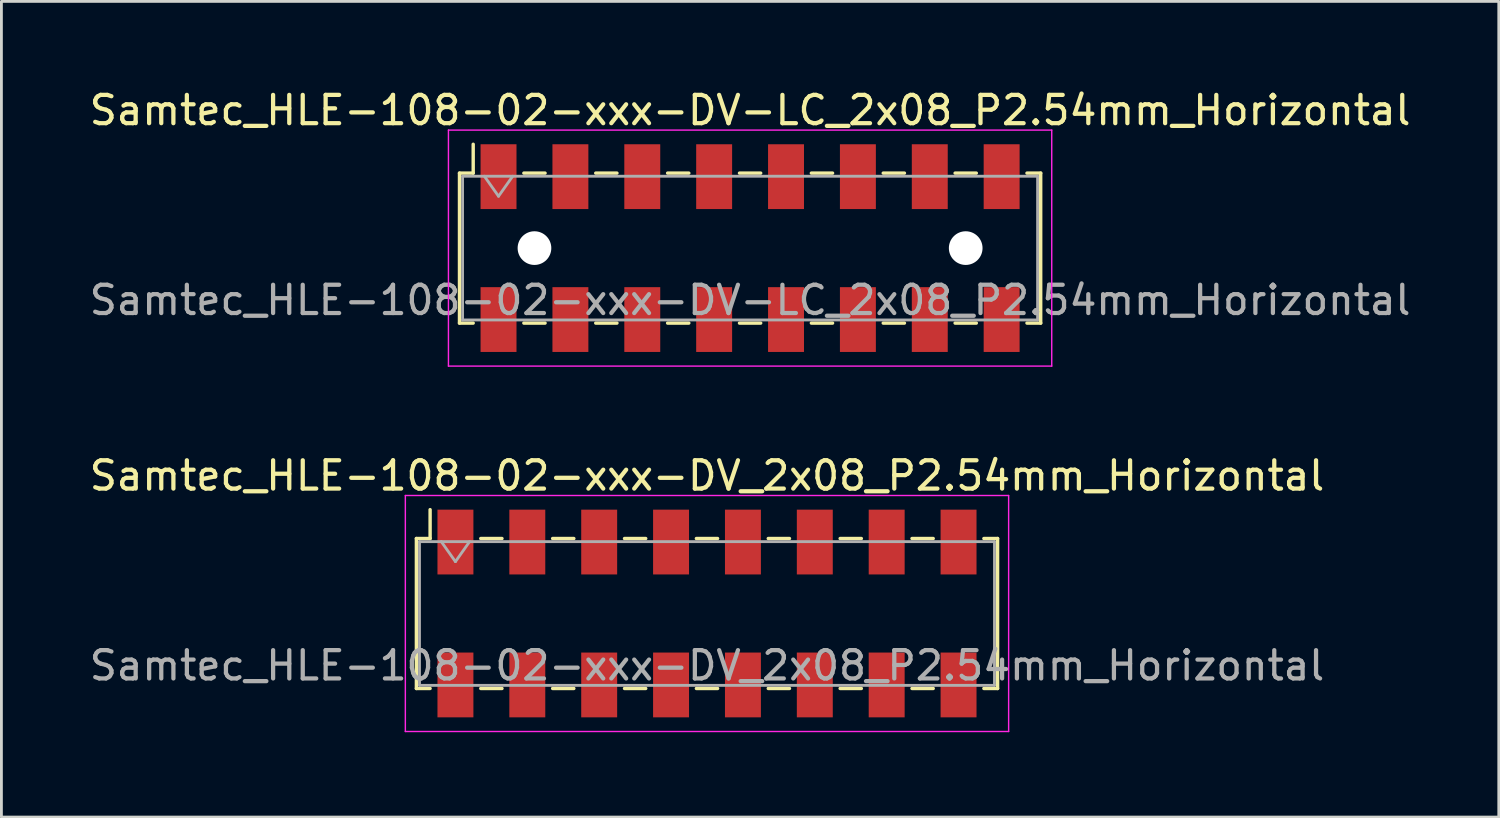
<source format=kicad_pcb>
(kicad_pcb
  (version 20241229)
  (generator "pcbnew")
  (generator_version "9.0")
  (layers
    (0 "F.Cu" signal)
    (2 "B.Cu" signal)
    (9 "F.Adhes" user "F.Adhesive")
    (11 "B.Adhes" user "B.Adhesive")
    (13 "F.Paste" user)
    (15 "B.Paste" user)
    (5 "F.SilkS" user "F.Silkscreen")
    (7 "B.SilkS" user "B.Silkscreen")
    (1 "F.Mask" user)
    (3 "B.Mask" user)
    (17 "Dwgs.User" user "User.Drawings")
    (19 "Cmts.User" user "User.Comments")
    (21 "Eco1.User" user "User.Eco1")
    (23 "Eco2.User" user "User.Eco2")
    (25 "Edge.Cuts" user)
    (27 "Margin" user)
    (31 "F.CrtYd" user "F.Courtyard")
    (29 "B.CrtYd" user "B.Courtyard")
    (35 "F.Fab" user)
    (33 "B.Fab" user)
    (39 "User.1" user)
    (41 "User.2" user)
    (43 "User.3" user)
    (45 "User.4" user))
  (footprint "Samtec_HLE-108-02-xxx-DV-LC_2x08_P2.54mm_Horizontal"
    (layer "F.Cu")
    (at 23.458 5.718)
    (property "Reference" "Samtec_HLE-108-02-xxx-DV-LC_2x08_P2.54mm_Horizontal" (at 0 -4.87 0) (layer "F.SilkS") (effects (font (size 1 1) (thickness 0.15))))
    (attr smd)
    (fp_line (start -10.27 -2.65) (end -10.27 2.65) (stroke (width 0.12) (type solid)) (layer "F.SilkS"))
    (fp_line (start -10.27 2.65) (end -9.785 2.65) (stroke (width 0.12) (type solid)) (layer "F.SilkS"))
    (fp_line (start -9.785 -3.67) (end -9.785 -2.65) (stroke (width 0.12) (type solid)) (layer "F.SilkS"))
    (fp_line (start -9.785 -2.65) (end -10.27 -2.65) (stroke (width 0.12) (type solid)) (layer "F.SilkS"))
    (fp_line (start -7.995 -2.65) (end -7.245 -2.65) (stroke (width 0.12) (type solid)) (layer "F.SilkS"))
    (fp_line (start -7.995 2.65) (end -7.245 2.65) (stroke (width 0.12) (type solid)) (layer "F.SilkS"))
    (fp_line (start -5.455 -2.65) (end -4.705 -2.65) (stroke (width 0.12) (type solid)) (layer "F.SilkS"))
    (fp_line (start -5.455 2.65) (end -4.705 2.65) (stroke (width 0.12) (type solid)) (layer "F.SilkS"))
    (fp_line (start -2.915 -2.65) (end -2.165 -2.65) (stroke (width 0.12) (type solid)) (layer "F.SilkS"))
    (fp_line (start -2.915 2.65) (end -2.165 2.65) (stroke (width 0.12) (type solid)) (layer "F.SilkS"))
    (fp_line (start -0.375 -2.65) (end 0.375 -2.65) (stroke (width 0.12) (type solid)) (layer "F.SilkS"))
    (fp_line (start -0.375 2.65) (end 0.375 2.65) (stroke (width 0.12) (type solid)) (layer "F.SilkS"))
    (fp_line (start 2.165 -2.65) (end 2.915 -2.65) (stroke (width 0.12) (type solid)) (layer "F.SilkS"))
    (fp_line (start 2.165 2.65) (end 2.915 2.65) (stroke (width 0.12) (type solid)) (layer "F.SilkS"))
    (fp_line (start 4.705 -2.65) (end 5.455 -2.65) (stroke (width 0.12) (type solid)) (layer "F.SilkS"))
    (fp_line (start 4.705 2.65) (end 5.455 2.65) (stroke (width 0.12) (type solid)) (layer "F.SilkS"))
    (fp_line (start 7.245 -2.65) (end 7.995 -2.65) (stroke (width 0.12) (type solid)) (layer "F.SilkS"))
    (fp_line (start 7.245 2.65) (end 7.995 2.65) (stroke (width 0.12) (type solid)) (layer "F.SilkS"))
    (fp_line (start 9.785 -2.65) (end 10.27 -2.65) (stroke (width 0.12) (type solid)) (layer "F.SilkS"))
    (fp_line (start 10.27 -2.65) (end 10.27 2.65) (stroke (width 0.12) (type solid)) (layer "F.SilkS"))
    (fp_line (start 10.27 2.65) (end 9.785 2.65) (stroke (width 0.12) (type solid)) (layer "F.SilkS"))
    (fp_line (start -10.66 -4.17) (end 10.66 -4.17) (stroke (width 0.05) (type solid)) (layer "F.CrtYd"))
    (fp_line (start -10.66 4.17) (end -10.66 -4.17) (stroke (width 0.05) (type solid)) (layer "F.CrtYd"))
    (fp_line (start 10.66 -4.17) (end 10.66 4.17) (stroke (width 0.05) (type solid)) (layer "F.CrtYd"))
    (fp_line (start 10.66 4.17) (end -10.66 4.17) (stroke (width 0.05) (type solid)) (layer "F.CrtYd"))
    (fp_line (start -10.16 -2.54) (end 10.16 -2.54) (stroke (width 0.1) (type solid)) (layer "F.Fab"))
    (fp_line (start -10.16 2.54) (end -10.16 -2.54) (stroke (width 0.1) (type solid)) (layer "F.Fab"))
    (fp_line (start -9.39 -2.54) (end -8.89 -1.833) (stroke (width 0.1) (type solid)) (layer "F.Fab"))
    (fp_line (start -8.89 -1.833) (end -8.39 -2.54) (stroke (width 0.1) (type solid)) (layer "F.Fab"))
    (fp_line (start 10.16 -2.54) (end 10.16 2.54) (stroke (width 0.1) (type solid)) (layer "F.Fab"))
    (fp_line (start 10.16 2.54) (end -10.16 2.54) (stroke (width 0.1) (type solid)) (layer "F.Fab"))
    (fp_text user "${REFERENCE}" (at 0 1.84 0) (layer "F.Fab") (effects (font (size 1 1) (thickness 0.15))))
    (pad "" np_thru_hole circle (at -7.62 0) (size 1.19 1.19) (drill 1.19) (layers "*.Cu" "*.Mask"))
    (pad "" np_thru_hole circle (at 7.62 0) (size 1.19 1.19) (drill 1.19) (layers "*.Cu" "*.Mask"))
    (pad "1" smd rect (at -8.89 -2.525) (size 1.27 2.29) (layers "F.Cu" "F.Mask" "F.Paste"))
    (pad "2" smd rect (at -8.89 2.525) (size 1.27 2.29) (layers "F.Cu" "F.Mask" "F.Paste"))
    (pad "3" smd rect (at -6.35 -2.525) (size 1.27 2.29) (layers "F.Cu" "F.Mask" "F.Paste"))
    (pad "4" smd rect (at -6.35 2.525) (size 1.27 2.29) (layers "F.Cu" "F.Mask" "F.Paste"))
    (pad "5" smd rect (at -3.81 -2.525) (size 1.27 2.29) (layers "F.Cu" "F.Mask" "F.Paste"))
    (pad "6" smd rect (at -3.81 2.525) (size 1.27 2.29) (layers "F.Cu" "F.Mask" "F.Paste"))
    (pad "7" smd rect (at -1.27 -2.525) (size 1.27 2.29) (layers "F.Cu" "F.Mask" "F.Paste"))
    (pad "8" smd rect (at -1.27 2.525) (size 1.27 2.29) (layers "F.Cu" "F.Mask" "F.Paste"))
    (pad "9" smd rect (at 1.27 -2.525) (size 1.27 2.29) (layers "F.Cu" "F.Mask" "F.Paste"))
    (pad "10" smd rect (at 1.27 2.525) (size 1.27 2.29) (layers "F.Cu" "F.Mask" "F.Paste"))
    (pad "11" smd rect (at 3.81 -2.525) (size 1.27 2.29) (layers "F.Cu" "F.Mask" "F.Paste"))
    (pad "12" smd rect (at 3.81 2.525) (size 1.27 2.29) (layers "F.Cu" "F.Mask" "F.Paste"))
    (pad "13" smd rect (at 6.35 -2.525) (size 1.27 2.29) (layers "F.Cu" "F.Mask" "F.Paste"))
    (pad "14" smd rect (at 6.35 2.525) (size 1.27 2.29) (layers "F.Cu" "F.Mask" "F.Paste"))
    (pad "15" smd rect (at 8.89 -2.525) (size 1.27 2.29) (layers "F.Cu" "F.Mask" "F.Paste"))
    (pad "16" smd rect (at 8.89 2.525) (size 1.27 2.29) (layers "F.Cu" "F.Mask" "F.Paste")))
  (footprint "Samtec_HLE-108-02-xxx-DV_2x08_P2.54mm_Horizontal"
    (layer "F.Cu")
    (at 21.935 18.631)
    (property "Reference" "Samtec_HLE-108-02-xxx-DV_2x08_P2.54mm_Horizontal" (at 0 -4.87 0) (layer "F.SilkS") (effects (font (size 1 1) (thickness 0.15))))
    (attr smd)
    (fp_line (start -10.27 -2.65) (end -10.27 2.65) (stroke (width 0.12) (type solid)) (layer "F.SilkS"))
    (fp_line (start -10.27 2.65) (end -9.785 2.65) (stroke (width 0.12) (type solid)) (layer "F.SilkS"))
    (fp_line (start -9.785 -3.67) (end -9.785 -2.65) (stroke (width 0.12) (type solid)) (layer "F.SilkS"))
    (fp_line (start -9.785 -2.65) (end -10.27 -2.65) (stroke (width 0.12) (type solid)) (layer "F.SilkS"))
    (fp_line (start -7.995 -2.65) (end -7.245 -2.65) (stroke (width 0.12) (type solid)) (layer "F.SilkS"))
    (fp_line (start -7.995 2.65) (end -7.245 2.65) (stroke (width 0.12) (type solid)) (layer "F.SilkS"))
    (fp_line (start -5.455 -2.65) (end -4.705 -2.65) (stroke (width 0.12) (type solid)) (layer "F.SilkS"))
    (fp_line (start -5.455 2.65) (end -4.705 2.65) (stroke (width 0.12) (type solid)) (layer "F.SilkS"))
    (fp_line (start -2.915 -2.65) (end -2.165 -2.65) (stroke (width 0.12) (type solid)) (layer "F.SilkS"))
    (fp_line (start -2.915 2.65) (end -2.165 2.65) (stroke (width 0.12) (type solid)) (layer "F.SilkS"))
    (fp_line (start -0.375 -2.65) (end 0.375 -2.65) (stroke (width 0.12) (type solid)) (layer "F.SilkS"))
    (fp_line (start -0.375 2.65) (end 0.375 2.65) (stroke (width 0.12) (type solid)) (layer "F.SilkS"))
    (fp_line (start 2.165 -2.65) (end 2.915 -2.65) (stroke (width 0.12) (type solid)) (layer "F.SilkS"))
    (fp_line (start 2.165 2.65) (end 2.915 2.65) (stroke (width 0.12) (type solid)) (layer "F.SilkS"))
    (fp_line (start 4.705 -2.65) (end 5.455 -2.65) (stroke (width 0.12) (type solid)) (layer "F.SilkS"))
    (fp_line (start 4.705 2.65) (end 5.455 2.65) (stroke (width 0.12) (type solid)) (layer "F.SilkS"))
    (fp_line (start 7.245 -2.65) (end 7.995 -2.65) (stroke (width 0.12) (type solid)) (layer "F.SilkS"))
    (fp_line (start 7.245 2.65) (end 7.995 2.65) (stroke (width 0.12) (type solid)) (layer "F.SilkS"))
    (fp_line (start 9.785 -2.65) (end 10.27 -2.65) (stroke (width 0.12) (type solid)) (layer "F.SilkS"))
    (fp_line (start 10.27 -2.65) (end 10.27 2.65) (stroke (width 0.12) (type solid)) (layer "F.SilkS"))
    (fp_line (start 10.27 2.65) (end 9.785 2.65) (stroke (width 0.12) (type solid)) (layer "F.SilkS"))
    (fp_line (start -10.66 -4.17) (end 10.66 -4.17) (stroke (width 0.05) (type solid)) (layer "F.CrtYd"))
    (fp_line (start -10.66 4.17) (end -10.66 -4.17) (stroke (width 0.05) (type solid)) (layer "F.CrtYd"))
    (fp_line (start 10.66 -4.17) (end 10.66 4.17) (stroke (width 0.05) (type solid)) (layer "F.CrtYd"))
    (fp_line (start 10.66 4.17) (end -10.66 4.17) (stroke (width 0.05) (type solid)) (layer "F.CrtYd"))
    (fp_line (start -10.16 -2.54) (end 10.16 -2.54) (stroke (width 0.1) (type solid)) (layer "F.Fab"))
    (fp_line (start -10.16 2.54) (end -10.16 -2.54) (stroke (width 0.1) (type solid)) (layer "F.Fab"))
    (fp_line (start -9.39 -2.54) (end -8.89 -1.833) (stroke (width 0.1) (type solid)) (layer "F.Fab"))
    (fp_line (start -8.89 -1.833) (end -8.39 -2.54) (stroke (width 0.1) (type solid)) (layer "F.Fab"))
    (fp_line (start 10.16 -2.54) (end 10.16 2.54) (stroke (width 0.1) (type solid)) (layer "F.Fab"))
    (fp_line (start 10.16 2.54) (end -10.16 2.54) (stroke (width 0.1) (type solid)) (layer "F.Fab"))
    (fp_text user "${REFERENCE}" (at 0 1.84 0) (layer "F.Fab") (effects (font (size 1 1) (thickness 0.15))))
    (pad "1" smd rect (at -8.89 -2.525) (size 1.27 2.29) (layers "F.Cu" "F.Mask" "F.Paste"))
    (pad "2" smd rect (at -8.89 2.525) (size 1.27 2.29) (layers "F.Cu" "F.Mask" "F.Paste"))
    (pad "3" smd rect (at -6.35 -2.525) (size 1.27 2.29) (layers "F.Cu" "F.Mask" "F.Paste"))
    (pad "4" smd rect (at -6.35 2.525) (size 1.27 2.29) (layers "F.Cu" "F.Mask" "F.Paste"))
    (pad "5" smd rect (at -3.81 -2.525) (size 1.27 2.29) (layers "F.Cu" "F.Mask" "F.Paste"))
    (pad "6" smd rect (at -3.81 2.525) (size 1.27 2.29) (layers "F.Cu" "F.Mask" "F.Paste"))
    (pad "7" smd rect (at -1.27 -2.525) (size 1.27 2.29) (layers "F.Cu" "F.Mask" "F.Paste"))
    (pad "8" smd rect (at -1.27 2.525) (size 1.27 2.29) (layers "F.Cu" "F.Mask" "F.Paste"))
    (pad "9" smd rect (at 1.27 -2.525) (size 1.27 2.29) (layers "F.Cu" "F.Mask" "F.Paste"))
    (pad "10" smd rect (at 1.27 2.525) (size 1.27 2.29) (layers "F.Cu" "F.Mask" "F.Paste"))
    (pad "11" smd rect (at 3.81 -2.525) (size 1.27 2.29) (layers "F.Cu" "F.Mask" "F.Paste"))
    (pad "12" smd rect (at 3.81 2.525) (size 1.27 2.29) (layers "F.Cu" "F.Mask" "F.Paste"))
    (pad "13" smd rect (at 6.35 -2.525) (size 1.27 2.29) (layers "F.Cu" "F.Mask" "F.Paste"))
    (pad "14" smd rect (at 6.35 2.525) (size 1.27 2.29) (layers "F.Cu" "F.Mask" "F.Paste"))
    (pad "15" smd rect (at 8.89 -2.525) (size 1.27 2.29) (layers "F.Cu" "F.Mask" "F.Paste"))
    (pad "16" smd rect (at 8.89 2.525) (size 1.27 2.29) (layers "F.Cu" "F.Mask" "F.Paste")))
  (gr_rect
    (start -3 -3)
    (end 49.917 25.826)
    (stroke (width 0.1) (type default))
    (fill no)
    (layer "Edge.Cuts")))
</source>
